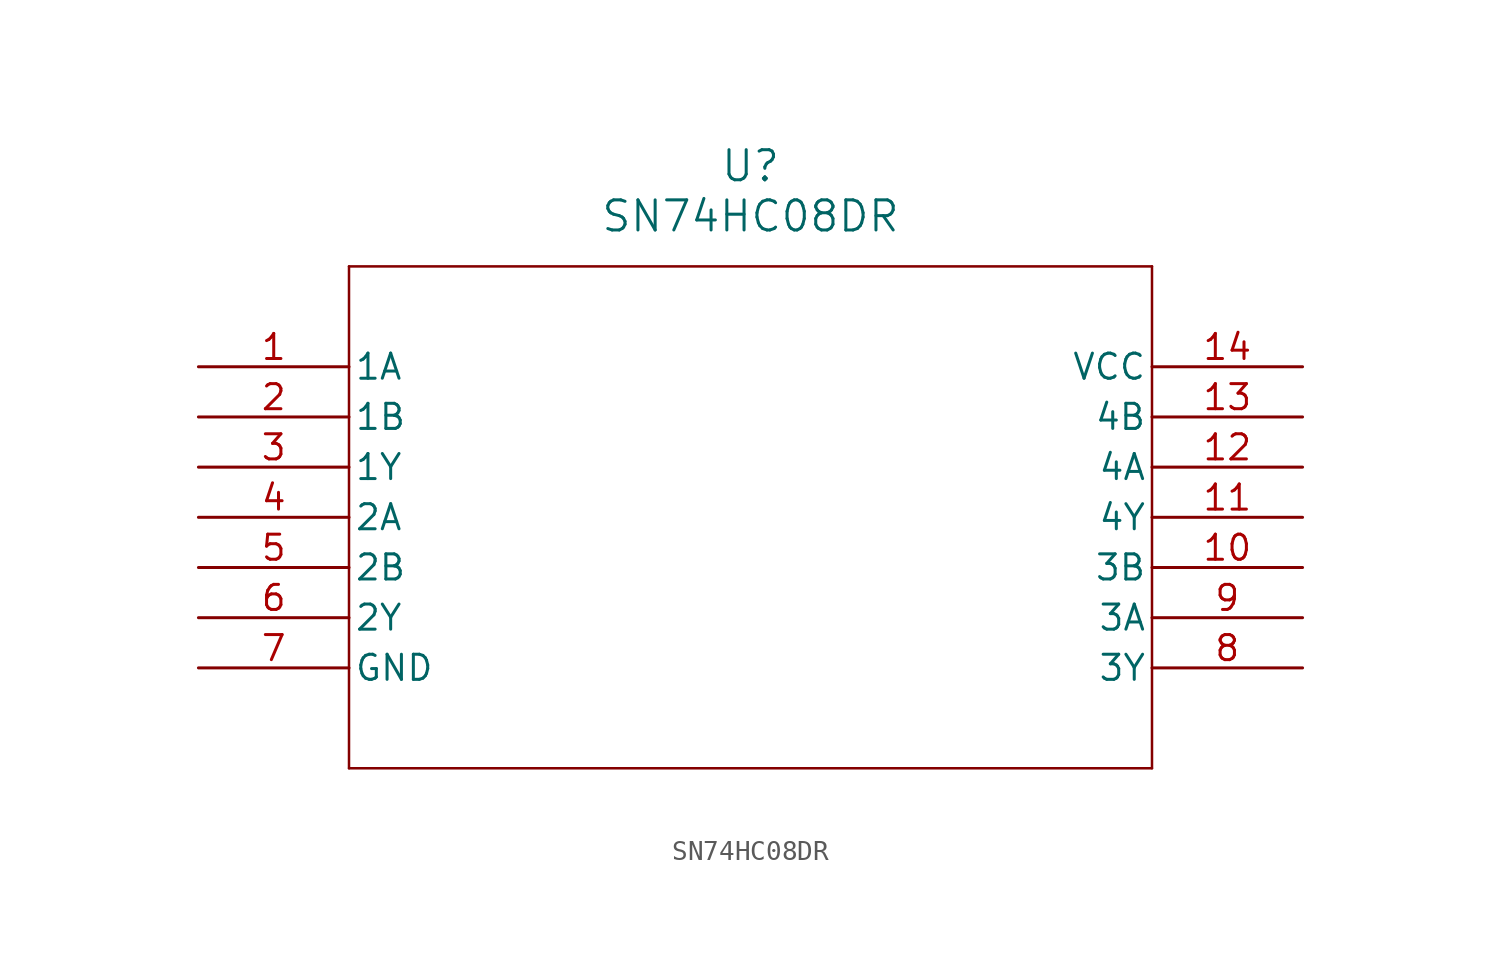
<source format=kicad_sym>
(kicad_symbol_lib
  (version 20211014)
  (generator kicad_symbol_editor)
  (symbol "SN74HC08DR"
    (pin_names
      (offset 0.254))
    (property "Reference" "U"
      (at 27.94 10.16 0)
      (effects (font (size 1.524 1.524))))
    (property "Value" "SN74HC08DR"
      (at 27.94 7.62 0)
      (effects (font (size 1.524 1.524))))
    (symbol "SN74HC08DR_0_1"
      (polyline (pts (xy 7.62 5.08) (xy 7.62 -20.32)) (stroke (width 0.127) (type default) (color 0 0 0 0)) (fill (type none)))
      (polyline (pts (xy 7.62 -20.32) (xy 48.26 -20.32)) (stroke (width 0.127) (type default) (color 0 0 0 0)) (fill (type none)))
      (polyline (pts (xy 48.26 -20.32) (xy 48.26 5.08)) (stroke (width 0.127) (type default) (color 0 0 0 0)) (fill (type none)))
      (polyline (pts (xy 48.26 5.08) (xy 7.62 5.08)) (stroke (width 0.127) (type default) (color 0 0 0 0)) (fill (type none)))
      (pin input line (at 0 0 0) (length 7.62) (name "1A" (effects (font (size 1.27 1.27)))) (number "1" (effects (font (size 1.27 1.27)))))
      (pin input line (at 0 -2.54 0) (length 7.62) (name "1B" (effects (font (size 1.27 1.27)))) (number "2" (effects (font (size 1.27 1.27)))))
      (pin output line (at 0 -5.08 0) (length 7.62) (name "1Y" (effects (font (size 1.27 1.27)))) (number "3" (effects (font (size 1.27 1.27)))))
      (pin input line (at 0 -7.62 0) (length 7.62) (name "2A" (effects (font (size 1.27 1.27)))) (number "4" (effects (font (size 1.27 1.27)))))
      (pin input line (at 0 -10.16 0) (length 7.62) (name "2B" (effects (font (size 1.27 1.27)))) (number "5" (effects (font (size 1.27 1.27)))))
      (pin output line (at 0 -12.7 0) (length 7.62) (name "2Y" (effects (font (size 1.27 1.27)))) (number "6" (effects (font (size 1.27 1.27)))))
      (pin power_in line (at 0 -15.24 0) (length 7.62) (name "GND" (effects (font (size 1.27 1.27)))) (number "7" (effects (font (size 1.27 1.27)))))
      (pin output line (at 55.88 -15.24 180) (length 7.62) (name "3Y" (effects (font (size 1.27 1.27)))) (number "8" (effects (font (size 1.27 1.27)))))
      (pin input line (at 55.88 -12.7 180) (length 7.62) (name "3A" (effects (font (size 1.27 1.27)))) (number "9" (effects (font (size 1.27 1.27)))))
      (pin input line (at 55.88 -10.16 180) (length 7.62) (name "3B" (effects (font (size 1.27 1.27)))) (number "10" (effects (font (size 1.27 1.27)))))
      (pin output line (at 55.88 -7.62 180) (length 7.62) (name "4Y" (effects (font (size 1.27 1.27)))) (number "11" (effects (font (size 1.27 1.27)))))
      (pin input line (at 55.88 -5.08 180) (length 7.62) (name "4A" (effects (font (size 1.27 1.27)))) (number "12" (effects (font (size 1.27 1.27)))))
      (pin input line (at 55.88 -2.54 180) (length 7.62) (name "4B" (effects (font (size 1.27 1.27)))) (number "13" (effects (font (size 1.27 1.27)))))
      (pin power_in line (at 55.88 0 180) (length 7.62) (name "VCC" (effects (font (size 1.27 1.27)))) (number "14" (effects (font (size 1.27 1.27))))))))
</source>
